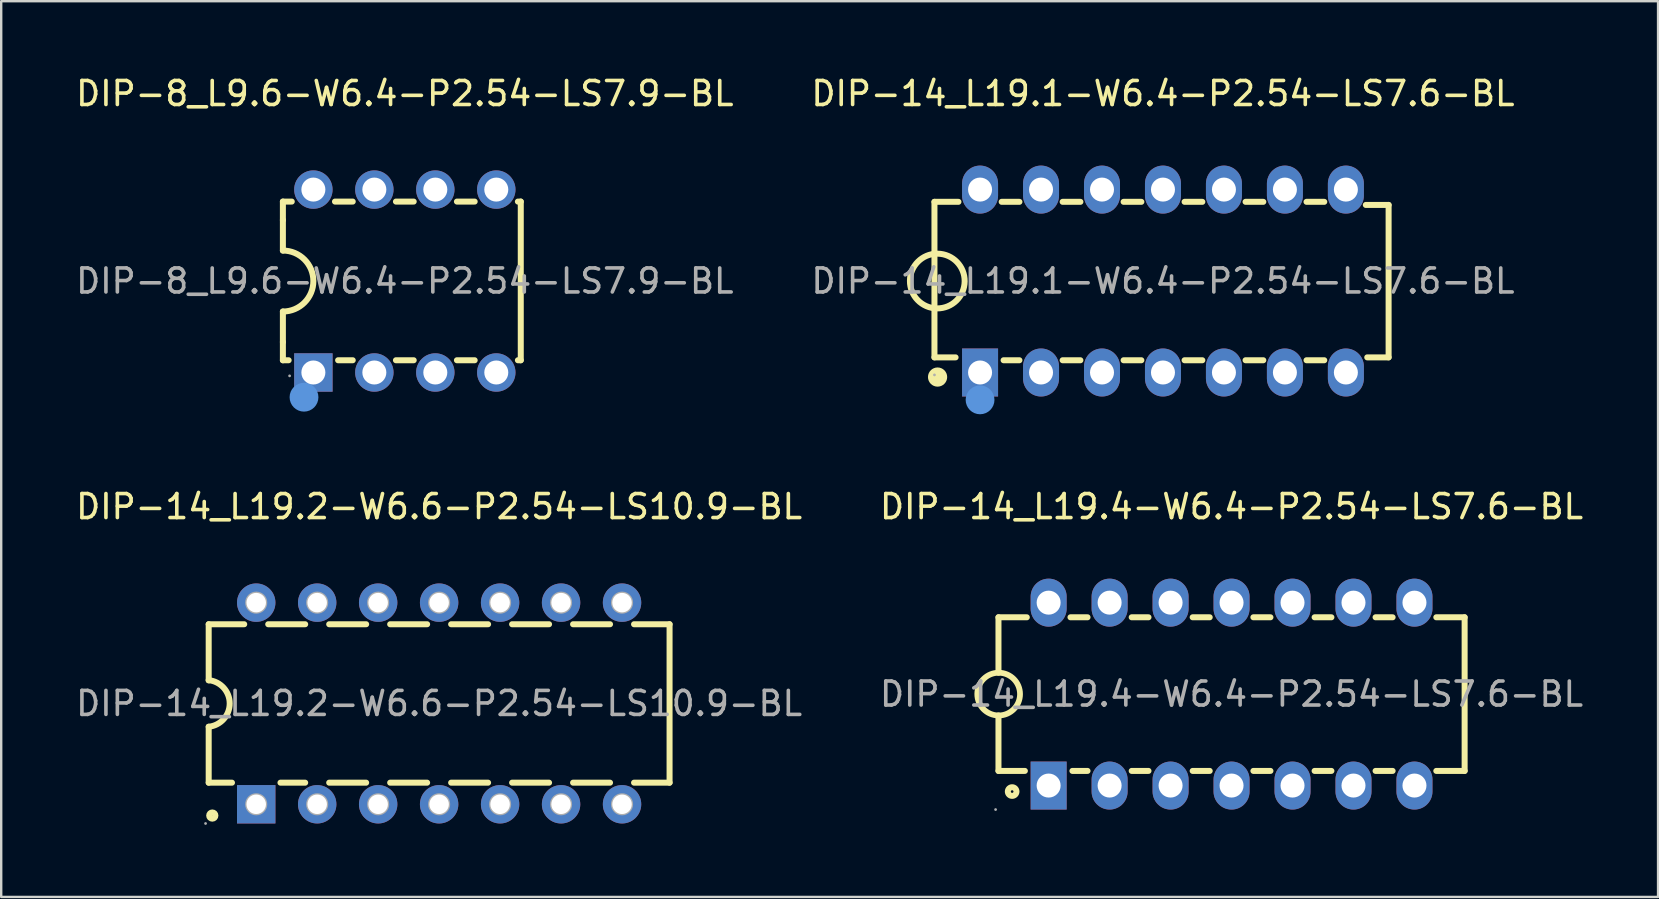
<source format=kicad_pcb>
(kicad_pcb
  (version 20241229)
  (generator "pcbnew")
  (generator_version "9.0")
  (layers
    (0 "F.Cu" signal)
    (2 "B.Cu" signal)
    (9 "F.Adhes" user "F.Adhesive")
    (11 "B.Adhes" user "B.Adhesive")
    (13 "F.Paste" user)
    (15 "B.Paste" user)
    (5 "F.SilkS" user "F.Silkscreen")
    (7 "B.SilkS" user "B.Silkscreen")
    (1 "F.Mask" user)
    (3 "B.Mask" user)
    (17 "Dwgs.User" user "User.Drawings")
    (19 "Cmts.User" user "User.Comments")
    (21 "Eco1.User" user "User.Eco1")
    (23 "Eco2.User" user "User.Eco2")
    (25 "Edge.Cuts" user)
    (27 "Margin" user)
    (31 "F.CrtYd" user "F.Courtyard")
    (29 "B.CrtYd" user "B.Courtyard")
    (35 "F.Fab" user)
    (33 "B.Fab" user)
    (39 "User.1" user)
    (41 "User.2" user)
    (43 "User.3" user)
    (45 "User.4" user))
  (footprint "DIP-8_L9.6-W6.4-P2.54-LS7.9-BL"
    (layer "F.Cu")
    (at 13.815 8.658)
    (property "Reference" "DIP-8_L9.6-W6.4-P2.54-LS7.9-BL" (at 0 -7.81 0) (layer "F.SilkS") (effects (font (size 1 1) (thickness 0.15))))
    (attr through_hole)
    (fp_line (start -5.08 -3.31) (end -4.71 -3.31) (stroke (width 0.25) (type solid)) (layer "F.SilkS"))
    (fp_line (start -5.08 -2.54) (end -5.08 -3.31) (stroke (width 0.25) (type solid)) (layer "F.SilkS"))
    (fp_line (start -5.08 -1.27) (end -5.08 -2.54) (stroke (width 0.25) (type solid)) (layer "F.SilkS"))
    (fp_line (start -5.08 2.54) (end -5.08 1.27) (stroke (width 0.25) (type solid)) (layer "F.SilkS"))
    (fp_line (start -5.08 3.3) (end -5.08 2.54) (stroke (width 0.25) (type solid)) (layer "F.SilkS"))
    (fp_line (start -4.84 3.3) (end -5.08 3.3) (stroke (width 0.25) (type solid)) (layer "F.SilkS"))
    (fp_line (start -2.91 -3.31) (end -2.17 -3.31) (stroke (width 0.25) (type solid)) (layer "F.SilkS"))
    (fp_line (start -2.17 3.3) (end -2.78 3.3) (stroke (width 0.25) (type solid)) (layer "F.SilkS"))
    (fp_line (start -0.37 -3.31) (end 0.37 -3.31) (stroke (width 0.25) (type solid)) (layer "F.SilkS"))
    (fp_line (start 0.37 3.3) (end -0.37 3.3) (stroke (width 0.25) (type solid)) (layer "F.SilkS"))
    (fp_line (start 2.17 -3.31) (end 2.91 -3.31) (stroke (width 0.25) (type solid)) (layer "F.SilkS"))
    (fp_line (start 2.91 3.3) (end 2.17 3.3) (stroke (width 0.25) (type solid)) (layer "F.SilkS"))
    (fp_line (start 4.71 -3.31) (end 4.83 -3.31) (stroke (width 0.25) (type solid)) (layer "F.SilkS"))
    (fp_line (start 4.83 -3.31) (end 4.83 3.3) (stroke (width 0.25) (type solid)) (layer "F.SilkS"))
    (fp_line (start 4.83 3.3) (end 4.71 3.3) (stroke (width 0.25) (type solid)) (layer "F.SilkS"))
    (fp_arc (start -5.08 -1.27) (mid -3.81 0) (end -5.08 1.27) (stroke (width 0.25) (type solid)) (layer "F.SilkS"))
    (fp_circle (center -4.2 4.84) (end -3.9 4.84) (stroke (width 0.6) (type solid)) (fill no) (layer "Cmts.User"))
    (fp_circle (center -4.8 3.95) (end -4.77 3.95) (stroke (width 0.06) (type solid)) (fill no) (layer "F.Fab"))
    (fp_text user "${REFERENCE}" (at 0 0 0) (layer "F.Fab") (effects (font (size 1 1) (thickness 0.15))))
    (pad "1" thru_hole rect (at -3.81 3.81) (size 1.6 1.6) (drill 1) (layers "*.Cu" "*.Paste" "*.Mask"))
    (pad "2" thru_hole circle (at -1.27 3.81) (size 1.6 1.6) (drill 1) (layers "*.Cu" "*.Paste" "*.Mask"))
    (pad "3" thru_hole circle (at 1.27 3.81) (size 1.6 1.6) (drill 1) (layers "*.Cu" "*.Paste" "*.Mask"))
    (pad "4" thru_hole circle (at 3.81 3.81) (size 1.6 1.6) (drill 1) (layers "*.Cu" "*.Paste" "*.Mask"))
    (pad "5" thru_hole circle (at 3.81 -3.81) (size 1.6 1.6) (drill 1) (layers "*.Cu" "*.Paste" "*.Mask"))
    (pad "6" thru_hole circle (at 1.27 -3.81) (size 1.6 1.6) (drill 1) (layers "*.Cu" "*.Paste" "*.Mask"))
    (pad "7" thru_hole circle (at -1.27 -3.81) (size 1.6 1.6) (drill 1) (layers "*.Cu" "*.Paste" "*.Mask"))
    (pad "8" thru_hole circle (at -3.81 -3.81) (size 1.6 1.6) (drill 1) (layers "*.Cu" "*.Paste" "*.Mask")))
  (footprint "DIP-14_L19.1-W6.4-P2.54-LS7.6-BL"
    (layer "F.Cu")
    (at 45.399 8.658)
    (property "Reference" "DIP-14_L19.1-W6.4-P2.54-LS7.6-BL" (at 0 -7.81 0) (layer "F.SilkS") (effects (font (size 1 1) (thickness 0.15))))
    (attr through_hole)
    (fp_line (start -9.52 -3.3) (end -9.52 3.18) (stroke (width 0.25) (type solid)) (layer "F.SilkS"))
    (fp_line (start -9.52 3.18) (end -8.64 3.18) (stroke (width 0.25) (type solid)) (layer "F.SilkS"))
    (fp_line (start -8.52 -3.3) (end -9.52 -3.3) (stroke (width 0.25) (type solid)) (layer "F.SilkS"))
    (fp_line (start -6.72 -3.3) (end -5.98 -3.3) (stroke (width 0.25) (type solid)) (layer "F.SilkS"))
    (fp_line (start -5.98 3.3) (end -6.64 3.3) (stroke (width 0.25) (type solid)) (layer "F.SilkS"))
    (fp_line (start -4.18 -3.3) (end -3.44 -3.3) (stroke (width 0.25) (type solid)) (layer "F.SilkS"))
    (fp_line (start -3.44 3.3) (end -4.18 3.3) (stroke (width 0.25) (type solid)) (layer "F.SilkS"))
    (fp_line (start -1.64 -3.3) (end -0.9 -3.3) (stroke (width 0.25) (type solid)) (layer "F.SilkS"))
    (fp_line (start -0.9 3.3) (end -1.64 3.3) (stroke (width 0.25) (type solid)) (layer "F.SilkS"))
    (fp_line (start 0.9 -3.3) (end 1.64 -3.3) (stroke (width 0.25) (type solid)) (layer "F.SilkS"))
    (fp_line (start 1.64 3.3) (end 0.9 3.3) (stroke (width 0.25) (type solid)) (layer "F.SilkS"))
    (fp_line (start 3.44 -3.3) (end 4.18 -3.3) (stroke (width 0.25) (type solid)) (layer "F.SilkS"))
    (fp_line (start 4.18 3.3) (end 3.44 3.3) (stroke (width 0.25) (type solid)) (layer "F.SilkS"))
    (fp_line (start 5.98 -3.3) (end 6.72 -3.3) (stroke (width 0.25) (type solid)) (layer "F.SilkS"))
    (fp_line (start 6.72 3.3) (end 5.98 3.3) (stroke (width 0.25) (type solid)) (layer "F.SilkS"))
    (fp_line (start 8.45 -3.17) (end 9.4 -3.17) (stroke (width 0.25) (type solid)) (layer "F.SilkS"))
    (fp_line (start 9.4 -3.17) (end 9.4 3.18) (stroke (width 0.25) (type solid)) (layer "F.SilkS"))
    (fp_line (start 9.4 3.18) (end 8.51 3.18) (stroke (width 0.25) (type solid)) (layer "F.SilkS"))
    (fp_arc (start -9.380104 -1.139826) (mid -9.409948 1.139956) (end -9.4 -1.14) (stroke (width 0.25) (type solid)) (layer "F.SilkS"))
    (fp_circle (center -9.39 4) (end -9.19 4) (stroke (width 0.4) (type solid)) (fill no) (layer "F.SilkS"))
    (fp_circle (center -7.62 4.95) (end -7.32 4.95) (stroke (width 0.6) (type solid)) (fill no) (layer "Cmts.User"))
    (fp_circle (center -9.52 3.91) (end -9.49 3.91) (stroke (width 0.06) (type solid)) (fill no) (layer "F.Fab"))
    (fp_text user "${REFERENCE}" (at 0 0 0) (layer "F.Fab") (effects (font (size 1 1) (thickness 0.15))))
    (pad "1" thru_hole rect (at -7.62 3.81 90) (size 2 1.5) (drill 1) (layers "*.Cu" "*.Paste" "*.Mask"))
    (pad "2" thru_hole oval (at -5.08 3.81 90) (size 2 1.5) (drill 1) (layers "*.Cu" "*.Paste" "*.Mask"))
    (pad "3" thru_hole oval (at -2.54 3.81 90) (size 2 1.5) (drill 1) (layers "*.Cu" "*.Paste" "*.Mask"))
    (pad "4" thru_hole oval (at 0 3.81 90) (size 2 1.5) (drill 1) (layers "*.Cu" "*.Paste" "*.Mask"))
    (pad "5" thru_hole oval (at 2.54 3.81 90) (size 2 1.5) (drill 1) (layers "*.Cu" "*.Paste" "*.Mask"))
    (pad "6" thru_hole oval (at 5.08 3.81 90) (size 2 1.5) (drill 1) (layers "*.Cu" "*.Paste" "*.Mask"))
    (pad "7" thru_hole oval (at 7.62 3.81 90) (size 2 1.5) (drill 1) (layers "*.Cu" "*.Paste" "*.Mask"))
    (pad "8" thru_hole oval (at 7.62 -3.81 90) (size 2 1.5) (drill 1) (layers "*.Cu" "*.Paste" "*.Mask"))
    (pad "9" thru_hole oval (at 5.08 -3.81 90) (size 2 1.5) (drill 1) (layers "*.Cu" "*.Paste" "*.Mask"))
    (pad "10" thru_hole oval (at 2.54 -3.81 90) (size 2 1.5) (drill 1) (layers "*.Cu" "*.Paste" "*.Mask"))
    (pad "11" thru_hole oval (at 0 -3.81 90) (size 2 1.5) (drill 1) (layers "*.Cu" "*.Paste" "*.Mask"))
    (pad "12" thru_hole oval (at -2.54 -3.81 90) (size 2 1.5) (drill 1) (layers "*.Cu" "*.Paste" "*.Mask"))
    (pad "13" thru_hole oval (at -5.08 -3.81 90) (size 2 1.5) (drill 1) (layers "*.Cu" "*.Paste" "*.Mask"))
    (pad "14" thru_hole oval (at -7.62 -3.81 90) (size 2 1.5) (drill 1) (layers "*.Cu" "*.Paste" "*.Mask")))
  (footprint "DIP-14_L19.4-W6.4-P2.54-LS7.6-BL"
    (layer "F.Cu")
    (at 48.256 25.866)
    (property "Reference" "DIP-14_L19.4-W6.4-P2.54-LS7.6-BL" (at 0 -7.81 0) (layer "F.SilkS") (effects (font (size 1 1) (thickness 0.15))))
    (attr through_hole)
    (fp_line (start -9.71 -3.2) (end -9.71 -0.89) (stroke (width 0.25) (type solid)) (layer "F.SilkS"))
    (fp_line (start -9.71 -3.2) (end -8.53 -3.2) (stroke (width 0.25) (type solid)) (layer "F.SilkS"))
    (fp_line (start -9.71 3.2) (end -9.71 0.89) (stroke (width 0.25) (type solid)) (layer "F.SilkS"))
    (fp_line (start -9.71 3.2) (end -8.61 3.2) (stroke (width 0.25) (type solid)) (layer "F.SilkS"))
    (fp_line (start -6.71 -3.2) (end -6 -3.2) (stroke (width 0.25) (type solid)) (layer "F.SilkS"))
    (fp_line (start -6.63 3.2) (end -6 3.2) (stroke (width 0.25) (type solid)) (layer "F.SilkS"))
    (fp_line (start -4.16 -3.2) (end -3.46 -3.2) (stroke (width 0.25) (type solid)) (layer "F.SilkS"))
    (fp_line (start -4.16 3.2) (end -3.46 3.2) (stroke (width 0.25) (type solid)) (layer "F.SilkS"))
    (fp_line (start -1.62 -3.2) (end -0.91 -3.2) (stroke (width 0.25) (type solid)) (layer "F.SilkS"))
    (fp_line (start -1.62 3.2) (end -0.91 3.2) (stroke (width 0.25) (type solid)) (layer "F.SilkS"))
    (fp_line (start 0.91 -3.2) (end 1.62 -3.2) (stroke (width 0.25) (type solid)) (layer "F.SilkS"))
    (fp_line (start 0.91 3.2) (end 1.62 3.2) (stroke (width 0.25) (type solid)) (layer "F.SilkS"))
    (fp_line (start 3.46 -3.2) (end 4.16 -3.2) (stroke (width 0.25) (type solid)) (layer "F.SilkS"))
    (fp_line (start 3.46 3.2) (end 4.16 3.2) (stroke (width 0.25) (type solid)) (layer "F.SilkS"))
    (fp_line (start 6 -3.2) (end 6.71 -3.2) (stroke (width 0.25) (type solid)) (layer "F.SilkS"))
    (fp_line (start 6 3.2) (end 6.71 3.2) (stroke (width 0.25) (type solid)) (layer "F.SilkS"))
    (fp_line (start 8.53 -3.2) (end 9.71 -3.2) (stroke (width 0.25) (type solid)) (layer "F.SilkS"))
    (fp_line (start 8.53 3.2) (end 9.71 3.2) (stroke (width 0.25) (type solid)) (layer "F.SilkS"))
    (fp_line (start 9.71 3.2) (end 9.71 -3.2) (stroke (width 0.25) (type solid)) (layer "F.SilkS"))
    (fp_arc (start -9.715533 0.889864) (mid -9.692233 -0.889966) (end -9.7 0.89) (stroke (width 0.24) (type solid)) (layer "F.SilkS"))
    (fp_circle (center -9.14 4.06) (end -8.96 4.06) (stroke (width 0.25) (type solid)) (fill no) (layer "F.SilkS"))
    (fp_circle (center -9.83 4.81) (end -9.8 4.81) (stroke (width 0.06) (type solid)) (fill no) (layer "F.Fab"))
    (fp_circle (center -7.62 -3.81) (end -7.42 -3.81) (stroke (width 0.4) (type solid)) (fill no) (layer "F.Fab"))
    (fp_circle (center -7.62 3.81) (end -7.42 3.81) (stroke (width 0.4) (type solid)) (fill no) (layer "F.Fab"))
    (fp_circle (center -5.08 -3.81) (end -4.88 -3.81) (stroke (width 0.4) (type solid)) (fill no) (layer "F.Fab"))
    (fp_circle (center -5.08 3.81) (end -4.88 3.81) (stroke (width 0.4) (type solid)) (fill no) (layer "F.Fab"))
    (fp_circle (center -2.54 -3.81) (end -2.34 -3.81) (stroke (width 0.4) (type solid)) (fill no) (layer "F.Fab"))
    (fp_circle (center -2.54 3.81) (end -2.34 3.81) (stroke (width 0.4) (type solid)) (fill no) (layer "F.Fab"))
    (fp_circle (center 0 -3.81) (end 0.2 -3.81) (stroke (width 0.4) (type solid)) (fill no) (layer "F.Fab"))
    (fp_circle (center 0 3.81) (end 0.2 3.81) (stroke (width 0.4) (type solid)) (fill no) (layer "F.Fab"))
    (fp_circle (center 2.54 -3.81) (end 2.74 -3.81) (stroke (width 0.4) (type solid)) (fill no) (layer "F.Fab"))
    (fp_circle (center 2.54 3.81) (end 2.74 3.81) (stroke (width 0.4) (type solid)) (fill no) (layer "F.Fab"))
    (fp_circle (center 5.08 -3.81) (end 5.28 -3.81) (stroke (width 0.4) (type solid)) (fill no) (layer "F.Fab"))
    (fp_circle (center 5.08 3.81) (end 5.28 3.81) (stroke (width 0.4) (type solid)) (fill no) (layer "F.Fab"))
    (fp_circle (center 7.62 -3.81) (end 7.82 -3.81) (stroke (width 0.4) (type solid)) (fill no) (layer "F.Fab"))
    (fp_circle (center 7.62 3.81) (end 7.82 3.81) (stroke (width 0.4) (type solid)) (fill no) (layer "F.Fab"))
    (fp_text user "${REFERENCE}" (at 0 0 0) (layer "F.Fab") (effects (font (size 1 1) (thickness 0.15))))
    (pad "1" thru_hole rect (at -7.62 3.81 90) (size 2 1.5) (drill 1) (layers "*.Cu" "*.Paste" "*.Mask"))
    (pad "2" thru_hole oval (at -5.08 3.81 90) (size 2 1.5) (drill 1) (layers "*.Cu" "*.Paste" "*.Mask"))
    (pad "3" thru_hole oval (at -2.54 3.81 90) (size 2 1.5) (drill 1) (layers "*.Cu" "*.Paste" "*.Mask"))
    (pad "4" thru_hole oval (at 0 3.81 90) (size 2 1.5) (drill 1) (layers "*.Cu" "*.Paste" "*.Mask"))
    (pad "5" thru_hole oval (at 2.54 3.81 90) (size 2 1.5) (drill 1) (layers "*.Cu" "*.Paste" "*.Mask"))
    (pad "6" thru_hole oval (at 5.08 3.81 90) (size 2 1.5) (drill 1) (layers "*.Cu" "*.Paste" "*.Mask"))
    (pad "7" thru_hole oval (at 7.62 3.81 90) (size 2 1.5) (drill 1) (layers "*.Cu" "*.Paste" "*.Mask"))
    (pad "8" thru_hole oval (at 7.62 -3.81 90) (size 2 1.5) (drill 1) (layers "*.Cu" "*.Paste" "*.Mask"))
    (pad "9" thru_hole oval (at 5.08 -3.81 90) (size 2 1.5) (drill 1) (layers "*.Cu" "*.Paste" "*.Mask"))
    (pad "10" thru_hole oval (at 2.54 -3.81 90) (size 2 1.5) (drill 1) (layers "*.Cu" "*.Paste" "*.Mask"))
    (pad "11" thru_hole oval (at 0 -3.81 90) (size 2 1.5) (drill 1) (layers "*.Cu" "*.Paste" "*.Mask"))
    (pad "12" thru_hole oval (at -2.54 -3.81 90) (size 2 1.5) (drill 1) (layers "*.Cu" "*.Paste" "*.Mask"))
    (pad "13" thru_hole oval (at -5.08 -3.81 90) (size 2 1.5) (drill 1) (layers "*.Cu" "*.Paste" "*.Mask"))
    (pad "14" thru_hole oval (at -7.62 -3.81 90) (size 2 1.5) (drill 1) (layers "*.Cu" "*.Paste" "*.Mask")))
  (footprint "DIP-14_L19.2-W6.6-P2.54-LS10.9-BL"
    (layer "F.Cu")
    (at 15.244 26.256)
    (property "Reference" "DIP-14_L19.2-W6.6-P2.54-LS10.9-BL" (at 0 -8.2 0) (layer "F.SilkS") (effects (font (size 1 1) (thickness 0.15))))
    (attr through_hole)
    (fp_line (start -9.6 -3.3) (end -9.6 -0.96) (stroke (width 0.25) (type solid)) (layer "F.SilkS"))
    (fp_line (start -9.6 -3.3) (end -8.12 -3.3) (stroke (width 0.25) (type solid)) (layer "F.SilkS"))
    (fp_line (start -9.6 3.3) (end -9.6 0.97) (stroke (width 0.25) (type solid)) (layer "F.SilkS"))
    (fp_line (start -9.6 3.3) (end -8.63 3.3) (stroke (width 0.25) (type solid)) (layer "F.SilkS"))
    (fp_line (start -7.12 -3.3) (end -5.58 -3.3) (stroke (width 0.25) (type solid)) (layer "F.SilkS"))
    (fp_line (start -6.61 3.3) (end -5.58 3.3) (stroke (width 0.25) (type solid)) (layer "F.SilkS"))
    (fp_line (start -4.58 -3.3) (end -3.04 -3.3) (stroke (width 0.25) (type solid)) (layer "F.SilkS"))
    (fp_line (start -4.58 3.3) (end -3.04 3.3) (stroke (width 0.25) (type solid)) (layer "F.SilkS"))
    (fp_line (start -2.04 -3.3) (end -0.5 -3.3) (stroke (width 0.25) (type solid)) (layer "F.SilkS"))
    (fp_line (start -2.04 3.3) (end -0.5 3.3) (stroke (width 0.25) (type solid)) (layer "F.SilkS"))
    (fp_line (start 0.5 -3.3) (end 2.04 -3.3) (stroke (width 0.25) (type solid)) (layer "F.SilkS"))
    (fp_line (start 0.5 3.3) (end 2.04 3.3) (stroke (width 0.25) (type solid)) (layer "F.SilkS"))
    (fp_line (start 3.04 -3.3) (end 4.58 -3.3) (stroke (width 0.25) (type solid)) (layer "F.SilkS"))
    (fp_line (start 3.04 3.3) (end 4.58 3.3) (stroke (width 0.25) (type solid)) (layer "F.SilkS"))
    (fp_line (start 5.58 -3.3) (end 7.12 -3.3) (stroke (width 0.25) (type solid)) (layer "F.SilkS"))
    (fp_line (start 5.58 3.3) (end 7.12 3.3) (stroke (width 0.25) (type solid)) (layer "F.SilkS"))
    (fp_line (start 8.12 -3.3) (end 9.6 -3.3) (stroke (width 0.25) (type solid)) (layer "F.SilkS"))
    (fp_line (start 8.12 3.3) (end 9.6 3.3) (stroke (width 0.25) (type solid)) (layer "F.SilkS"))
    (fp_line (start 9.6 -3.3) (end 9.6 3.3) (stroke (width 0.25) (type solid)) (layer "F.SilkS"))
    (fp_arc (start -9.602235 -0.970228) (mid -8.724859 -0.001123) (end -9.6 0.97) (stroke (width 0.25) (type solid)) (layer "F.SilkS"))
    (fp_circle (center -9.45 4.67) (end -9.32 4.67) (stroke (width 0.25) (type solid)) (fill no) (layer "F.SilkS"))
    (fp_circle (center -9.73 5) (end -9.7 5) (stroke (width 0.06) (type solid)) (fill no) (layer "F.Fab"))
    (fp_circle (center -7.62 -4.2) (end -7.47 -4.2) (stroke (width 0.31) (type solid)) (fill no) (layer "F.Fab"))
    (fp_circle (center -7.62 4.2) (end -7.47 4.2) (stroke (width 0.31) (type solid)) (fill no) (layer "F.Fab"))
    (fp_circle (center -5.08 -4.2) (end -4.93 -4.2) (stroke (width 0.31) (type solid)) (fill no) (layer "F.Fab"))
    (fp_circle (center -5.08 4.2) (end -4.93 4.2) (stroke (width 0.31) (type solid)) (fill no) (layer "F.Fab"))
    (fp_circle (center -2.54 -4.2) (end -2.39 -4.2) (stroke (width 0.31) (type solid)) (fill no) (layer "F.Fab"))
    (fp_circle (center -2.54 4.2) (end -2.39 4.2) (stroke (width 0.31) (type solid)) (fill no) (layer "F.Fab"))
    (fp_circle (center 0 -4.2) (end 0.15 -4.2) (stroke (width 0.31) (type solid)) (fill no) (layer "F.Fab"))
    (fp_circle (center 0 4.2) (end 0.15 4.2) (stroke (width 0.31) (type solid)) (fill no) (layer "F.Fab"))
    (fp_circle (center 2.54 -4.2) (end 2.69 -4.2) (stroke (width 0.31) (type solid)) (fill no) (layer "F.Fab"))
    (fp_circle (center 2.54 4.2) (end 2.69 4.2) (stroke (width 0.31) (type solid)) (fill no) (layer "F.Fab"))
    (fp_circle (center 5.08 -4.2) (end 5.23 -4.2) (stroke (width 0.31) (type solid)) (fill no) (layer "F.Fab"))
    (fp_circle (center 5.08 4.2) (end 5.23 4.2) (stroke (width 0.31) (type solid)) (fill no) (layer "F.Fab"))
    (fp_circle (center 7.62 -4.2) (end 7.77 -4.2) (stroke (width 0.31) (type solid)) (fill no) (layer "F.Fab"))
    (fp_circle (center 7.62 4.2) (end 7.77 4.2) (stroke (width 0.31) (type solid)) (fill no) (layer "F.Fab"))
    (fp_text user "${REFERENCE}" (at 0 0 0) (layer "F.Fab") (effects (font (size 1 1) (thickness 0.15))))
    (pad "1" thru_hole rect (at -7.62 4.2) (size 1.6 1.6) (drill 0.813) (layers "*.Cu" "*.Paste" "*.Mask"))
    (pad "2" thru_hole circle (at -5.08 4.2) (size 1.6 1.6) (drill 0.813) (layers "*.Cu" "*.Paste" "*.Mask"))
    (pad "3" thru_hole circle (at -2.54 4.2) (size 1.6 1.6) (drill 0.813) (layers "*.Cu" "*.Paste" "*.Mask"))
    (pad "4" thru_hole circle (at 0 4.2) (size 1.6 1.6) (drill 0.813) (layers "*.Cu" "*.Paste" "*.Mask"))
    (pad "5" thru_hole circle (at 2.54 4.2) (size 1.6 1.6) (drill 0.813) (layers "*.Cu" "*.Paste" "*.Mask"))
    (pad "6" thru_hole circle (at 5.08 4.2) (size 1.6 1.6) (drill 0.813) (layers "*.Cu" "*.Paste" "*.Mask"))
    (pad "7" thru_hole circle (at 7.62 4.2) (size 1.6 1.6) (drill 0.813) (layers "*.Cu" "*.Paste" "*.Mask"))
    (pad "8" thru_hole circle (at 7.62 -4.2) (size 1.6 1.6) (drill 0.813) (layers "*.Cu" "*.Paste" "*.Mask"))
    (pad "9" thru_hole circle (at 5.08 -4.2) (size 1.6 1.6) (drill 0.813) (layers "*.Cu" "*.Paste" "*.Mask"))
    (pad "10" thru_hole circle (at 2.54 -4.2) (size 1.6 1.6) (drill 0.813) (layers "*.Cu" "*.Paste" "*.Mask"))
    (pad "11" thru_hole circle (at 0 -4.2) (size 1.6 1.6) (drill 0.813) (layers "*.Cu" "*.Paste" "*.Mask"))
    (pad "12" thru_hole circle (at -2.54 -4.2) (size 1.6 1.6) (drill 0.813) (layers "*.Cu" "*.Paste" "*.Mask"))
    (pad "13" thru_hole circle (at -5.08 -4.2) (size 1.6 1.6) (drill 0.813) (layers "*.Cu" "*.Paste" "*.Mask"))
    (pad "14" thru_hole circle (at -7.62 -4.2) (size 1.6 1.6) (drill 0.813) (layers "*.Cu" "*.Paste" "*.Mask")))
  (gr_rect
    (start -3 -3)
    (end 66.024 34.316)
    (stroke (width 0.1) (type default))
    (fill no)
    (layer "Edge.Cuts")))
</source>
